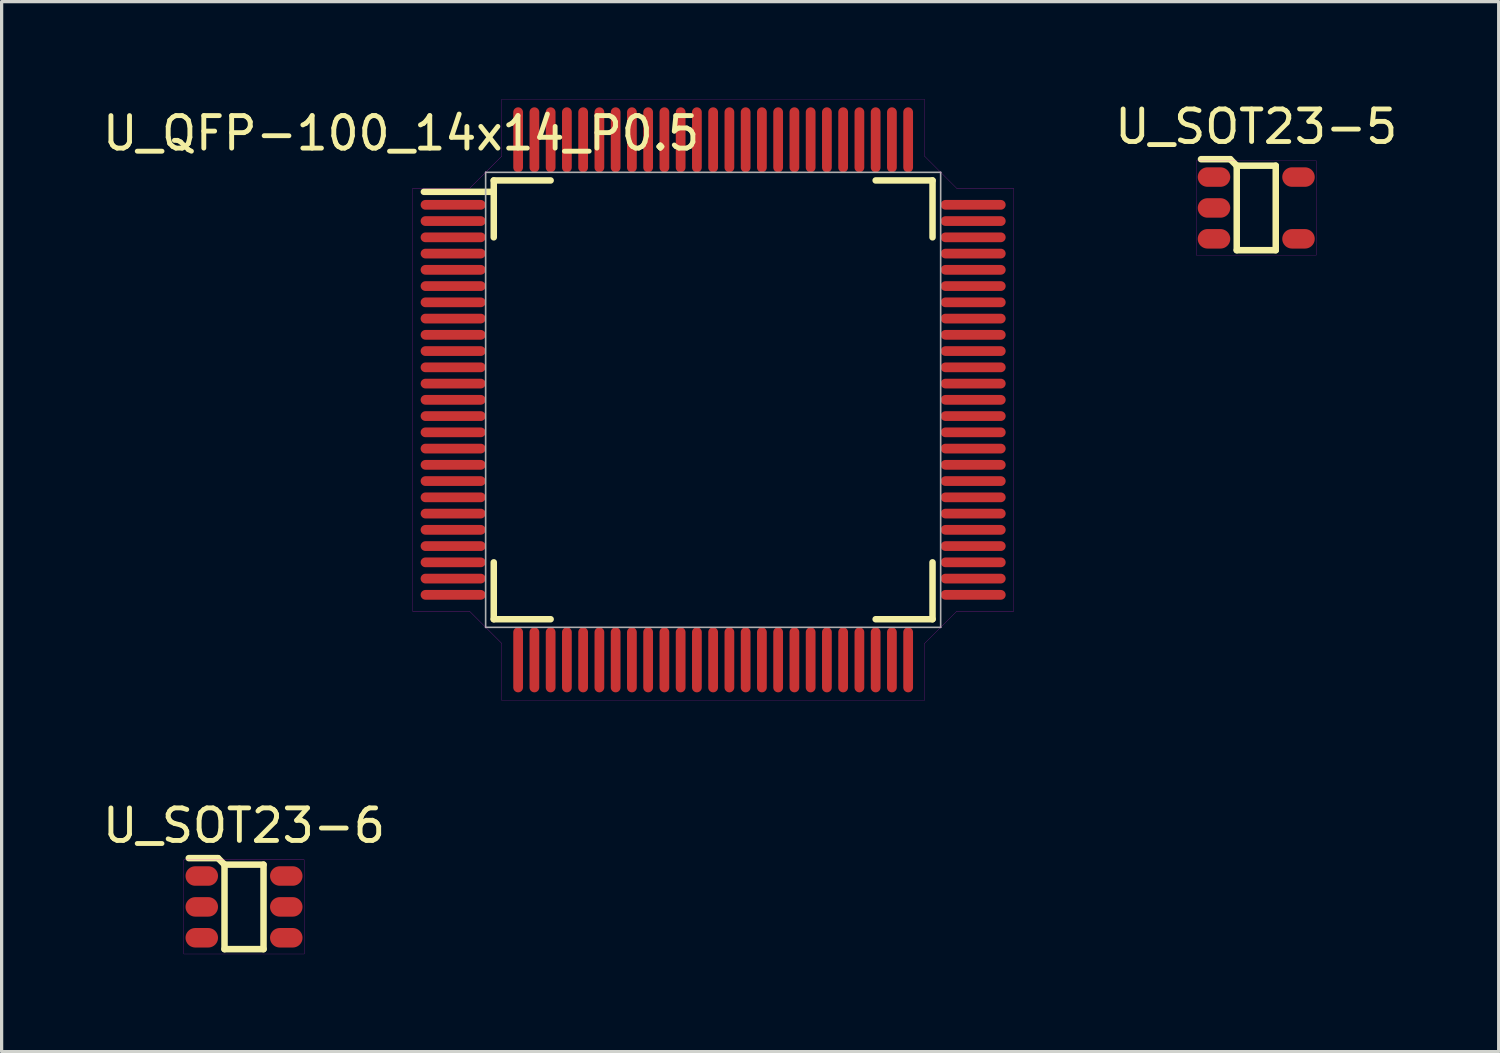
<source format=kicad_pcb>
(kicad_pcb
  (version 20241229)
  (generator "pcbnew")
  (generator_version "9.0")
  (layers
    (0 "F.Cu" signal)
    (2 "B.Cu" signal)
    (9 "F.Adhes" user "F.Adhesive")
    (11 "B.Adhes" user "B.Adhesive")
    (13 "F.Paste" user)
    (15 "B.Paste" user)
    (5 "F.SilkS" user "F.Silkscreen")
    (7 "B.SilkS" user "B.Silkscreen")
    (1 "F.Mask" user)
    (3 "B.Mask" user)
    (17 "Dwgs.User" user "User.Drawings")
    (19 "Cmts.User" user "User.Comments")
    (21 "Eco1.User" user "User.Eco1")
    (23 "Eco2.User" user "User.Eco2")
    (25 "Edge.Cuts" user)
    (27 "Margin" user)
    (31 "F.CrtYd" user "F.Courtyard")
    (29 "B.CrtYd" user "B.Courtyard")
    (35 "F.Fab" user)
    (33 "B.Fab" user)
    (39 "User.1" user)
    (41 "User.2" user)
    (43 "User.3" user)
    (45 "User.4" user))
  (footprint "U_SOT23-6"
    (layer "F.Cu")
    (at 4.458 24.853)
    (property "Reference" "U_SOT23-6" (at 0 -2.5 0) (layer "F.SilkS") (effects (font (size 1 1) (thickness 0.15))))
    (attr smd)
    (fp_line (start -0.8 -1.5) (end -1.7 -1.5) (stroke (width 0.2) (type solid)) (layer "F.SilkS"))
    (fp_line (start -0.6 -1.3) (end -0.8 -1.5) (stroke (width 0.2) (type solid)) (layer "F.SilkS"))
    (fp_line (start -0.6 -1.3) (end -0.6 1.3) (stroke (width 0.2) (type solid)) (layer "F.SilkS"))
    (fp_line (start 0.6 -1.3) (end -0.6 -1.3) (stroke (width 0.2) (type solid)) (layer "F.SilkS"))
    (fp_line (start 0.6 -1.3) (end 0.6 1.3) (stroke (width 0.2) (type solid)) (layer "F.SilkS"))
    (fp_line (start 0.6 1.3) (end -0.6 1.3) (stroke (width 0.2) (type solid)) (layer "F.SilkS"))
    (fp_rect (start 1.85 -1.45) (end -1.85 1.45) (stroke (width 0.005) (type solid)) (fill no) (layer "F.CrtYd"))
    (pad "1" smd oval (at -1.3 -0.95) (size 1 0.6) (layers "F.Cu" "F.Mask" "F.Paste"))
    (pad "2" smd oval (at -1.3 0) (size 1 0.6) (layers "F.Cu" "F.Mask" "F.Paste"))
    (pad "3" smd oval (at -1.3 0.95) (size 1 0.6) (layers "F.Cu" "F.Mask" "F.Paste"))
    (pad "4" smd oval (at 1.3 0.95) (size 1 0.6) (layers "F.Cu" "F.Mask" "F.Paste"))
    (pad "5" smd oval (at 1.3 0) (size 1 0.6) (layers "F.Cu" "F.Mask" "F.Paste"))
    (pad "6" smd oval (at 1.3 -0.95) (size 1 0.6) (layers "F.Cu" "F.Mask" "F.Paste")))
  (footprint "U_QFP-100_14x14_P0.5"
    (layer "F.Cu")
    (at 18.892 9.252)
    (property "Reference" "U_QFP-100_14x14_P0.5" (at -9.6 -8.2 0) (layer "F.SilkS") (effects (font (size 1 1) (thickness 0.15))))
    (attr through_hole)
    (fp_line (start -6.75 -6.75) (end -6.75 -5) (stroke (width 0.2) (type solid)) (layer "F.SilkS"))
    (fp_line (start -6.75 -6.4) (end -8.9 -6.4) (stroke (width 0.2) (type solid)) (layer "F.SilkS"))
    (fp_line (start -6.75 5) (end -6.75 6.75) (stroke (width 0.2) (type solid)) (layer "F.SilkS"))
    (fp_line (start -6.75 6.75) (end -5 6.75) (stroke (width 0.2) (type solid)) (layer "F.SilkS"))
    (fp_line (start -5 -6.75) (end -6.75 -6.75) (stroke (width 0.2) (type solid)) (layer "F.SilkS"))
    (fp_line (start 5 6.75) (end 6.75 6.75) (stroke (width 0.2) (type solid)) (layer "F.SilkS"))
    (fp_line (start 6.75 -6.75) (end 5 -6.75) (stroke (width 0.2) (type solid)) (layer "F.SilkS"))
    (fp_line (start 6.75 -5) (end 6.75 -6.75) (stroke (width 0.2) (type solid)) (layer "F.SilkS"))
    (fp_line (start 6.75 6.75) (end 6.75 5) (stroke (width 0.2) (type solid)) (layer "F.SilkS"))
    (fp_line (start -9.25 -6.5) (end -7.5 -6.5) (stroke (width 0.005) (type solid)) (layer "F.CrtYd"))
    (fp_line (start -9.25 6.5) (end -9.25 -6.5) (stroke (width 0.005) (type solid)) (layer "F.CrtYd"))
    (fp_line (start -9.25 6.5) (end -7.5 6.5) (stroke (width 0.005) (type solid)) (layer "F.CrtYd"))
    (fp_line (start -7.5 -6.5) (end -6.5 -7.5) (stroke (width 0.005) (type solid)) (layer "F.CrtYd"))
    (fp_line (start -6.5 -9.25) (end -6.5 -7.5) (stroke (width 0.005) (type solid)) (layer "F.CrtYd"))
    (fp_line (start -6.5 -9.25) (end 6.5 -9.25) (stroke (width 0.005) (type solid)) (layer "F.CrtYd"))
    (fp_line (start -6.5 7.5) (end -7.5 6.5) (stroke (width 0.005) (type solid)) (layer "F.CrtYd"))
    (fp_line (start -6.5 9.25) (end -6.5 7.5) (stroke (width 0.005) (type solid)) (layer "F.CrtYd"))
    (fp_line (start 6.5 -9.25) (end 6.5 -7.5) (stroke (width 0.005) (type solid)) (layer "F.CrtYd"))
    (fp_line (start 6.5 -7.5) (end 7.5 -6.5) (stroke (width 0.005) (type solid)) (layer "F.CrtYd"))
    (fp_line (start 6.5 9.25) (end -6.5 9.25) (stroke (width 0.005) (type solid)) (layer "F.CrtYd"))
    (fp_line (start 6.5 9.25) (end 6.5 7.5) (stroke (width 0.005) (type solid)) (layer "F.CrtYd"))
    (fp_line (start 7.5 6.5) (end 6.5 7.5) (stroke (width 0.005) (type solid)) (layer "F.CrtYd"))
    (fp_line (start 9.25 -6.5) (end 7.5 -6.5) (stroke (width 0.005) (type solid)) (layer "F.CrtYd"))
    (fp_line (start 9.25 -6.5) (end 9.25 6.5) (stroke (width 0.005) (type solid)) (layer "F.CrtYd"))
    (fp_line (start 9.25 6.5) (end 7.5 6.5) (stroke (width 0.005) (type solid)) (layer "F.CrtYd"))
    (fp_line (start -7 -7) (end -7 7) (stroke (width 0.05) (type solid)) (layer "F.Fab"))
    (fp_line (start -7 7) (end 7 7) (stroke (width 0.05) (type solid)) (layer "F.Fab"))
    (fp_line (start 7 -7) (end -7 -7) (stroke (width 0.05) (type solid)) (layer "F.Fab"))
    (fp_line (start 7 7) (end 7 -7) (stroke (width 0.05) (type solid)) (layer "F.Fab"))
    (pad "1" smd oval (at -8 -6 90) (size 0.3 2) (layers "F.Cu" "F.Mask" "F.Paste"))
    (pad "2" smd oval (at -8 -5.5 90) (size 0.3 2) (layers "F.Cu" "F.Mask" "F.Paste"))
    (pad "3" smd oval (at -8 -5 90) (size 0.3 2) (layers "F.Cu" "F.Mask" "F.Paste"))
    (pad "4" smd oval (at -8 -4.5 90) (size 0.3 2) (layers "F.Cu" "F.Mask" "F.Paste"))
    (pad "5" smd oval (at -8 -4 90) (size 0.3 2) (layers "F.Cu" "F.Mask" "F.Paste"))
    (pad "6" smd oval (at -8 -3.5 90) (size 0.3 2) (layers "F.Cu" "F.Mask" "F.Paste"))
    (pad "7" smd oval (at -8 -3 90) (size 0.3 2) (layers "F.Cu" "F.Mask" "F.Paste"))
    (pad "8" smd oval (at -8 -2.5 90) (size 0.3 2) (layers "F.Cu" "F.Mask" "F.Paste"))
    (pad "9" smd oval (at -8 -2 90) (size 0.3 2) (layers "F.Cu" "F.Mask" "F.Paste"))
    (pad "10" smd oval (at -8 -1.5 90) (size 0.3 2) (layers "F.Cu" "F.Mask" "F.Paste"))
    (pad "11" smd oval (at -8 -1 90) (size 0.3 2) (layers "F.Cu" "F.Mask" "F.Paste"))
    (pad "12" smd oval (at -8 -0.5 90) (size 0.3 2) (layers "F.Cu" "F.Mask" "F.Paste"))
    (pad "13" smd oval (at -8 0 90) (size 0.3 2) (layers "F.Cu" "F.Mask" "F.Paste"))
    (pad "14" smd oval (at -8 0.5 90) (size 0.3 2) (layers "F.Cu" "F.Mask" "F.Paste"))
    (pad "15" smd oval (at -8 1 90) (size 0.3 2) (layers "F.Cu" "F.Mask" "F.Paste"))
    (pad "16" smd oval (at -8 1.5 90) (size 0.3 2) (layers "F.Cu" "F.Mask" "F.Paste"))
    (pad "17" smd oval (at -8 2 90) (size 0.3 2) (layers "F.Cu" "F.Mask" "F.Paste"))
    (pad "18" smd oval (at -8 2.5 90) (size 0.3 2) (layers "F.Cu" "F.Mask" "F.Paste"))
    (pad "19" smd oval (at -8 3 90) (size 0.3 2) (layers "F.Cu" "F.Mask" "F.Paste"))
    (pad "20" smd oval (at -8 3.5 90) (size 0.3 2) (layers "F.Cu" "F.Mask" "F.Paste"))
    (pad "21" smd oval (at -8 4 90) (size 0.3 2) (layers "F.Cu" "F.Mask" "F.Paste"))
    (pad "22" smd oval (at -8 4.5 90) (size 0.3 2) (layers "F.Cu" "F.Mask" "F.Paste"))
    (pad "23" smd oval (at -8 5 90) (size 0.3 2) (layers "F.Cu" "F.Mask" "F.Paste"))
    (pad "24" smd oval (at -8 5.5 90) (size 0.3 2) (layers "F.Cu" "F.Mask" "F.Paste"))
    (pad "25" smd oval (at -8 6 90) (size 0.3 2) (layers "F.Cu" "F.Mask" "F.Paste"))
    (pad "26" smd oval (at -6 8) (size 0.3 2) (layers "F.Cu" "F.Mask" "F.Paste"))
    (pad "27" smd oval (at -5.5 8) (size 0.3 2) (layers "F.Cu" "F.Mask" "F.Paste"))
    (pad "28" smd oval (at -5 8) (size 0.3 2) (layers "F.Cu" "F.Mask" "F.Paste"))
    (pad "29" smd oval (at -4.5 8) (size 0.3 2) (layers "F.Cu" "F.Mask" "F.Paste"))
    (pad "30" smd oval (at -4 8) (size 0.3 2) (layers "F.Cu" "F.Mask" "F.Paste"))
    (pad "31" smd oval (at -3.5 8) (size 0.3 2) (layers "F.Cu" "F.Mask" "F.Paste"))
    (pad "32" smd oval (at -3 8) (size 0.3 2) (layers "F.Cu" "F.Mask" "F.Paste"))
    (pad "33" smd oval (at -2.5 8) (size 0.3 2) (layers "F.Cu" "F.Mask" "F.Paste"))
    (pad "34" smd oval (at -2 8) (size 0.3 2) (layers "F.Cu" "F.Mask" "F.Paste"))
    (pad "35" smd oval (at -1.5 8) (size 0.3 2) (layers "F.Cu" "F.Mask" "F.Paste"))
    (pad "36" smd oval (at -1 8) (size 0.3 2) (layers "F.Cu" "F.Mask" "F.Paste"))
    (pad "37" smd oval (at -0.5 8) (size 0.3 2) (layers "F.Cu" "F.Mask" "F.Paste"))
    (pad "38" smd oval (at 0 8) (size 0.3 2) (layers "F.Cu" "F.Mask" "F.Paste"))
    (pad "39" smd oval (at 0.5 8) (size 0.3 2) (layers "F.Cu" "F.Mask" "F.Paste"))
    (pad "40" smd oval (at 1 8) (size 0.3 2) (layers "F.Cu" "F.Mask" "F.Paste"))
    (pad "41" smd oval (at 1.5 8) (size 0.3 2) (layers "F.Cu" "F.Mask" "F.Paste"))
    (pad "42" smd oval (at 2 8) (size 0.3 2) (layers "F.Cu" "F.Mask" "F.Paste"))
    (pad "43" smd oval (at 2.5 8) (size 0.3 2) (layers "F.Cu" "F.Mask" "F.Paste"))
    (pad "44" smd oval (at 3 8) (size 0.3 2) (layers "F.Cu" "F.Mask" "F.Paste"))
    (pad "45" smd oval (at 3.5 8) (size 0.3 2) (layers "F.Cu" "F.Mask" "F.Paste"))
    (pad "46" smd oval (at 4 8) (size 0.3 2) (layers "F.Cu" "F.Mask" "F.Paste"))
    (pad "47" smd oval (at 4.5 8) (size 0.3 2) (layers "F.Cu" "F.Mask" "F.Paste"))
    (pad "48" smd oval (at 5 8) (size 0.3 2) (layers "F.Cu" "F.Mask" "F.Paste"))
    (pad "49" smd oval (at 5.5 8) (size 0.3 2) (layers "F.Cu" "F.Mask" "F.Paste"))
    (pad "50" smd oval (at 6 8) (size 0.3 2) (layers "F.Cu" "F.Mask" "F.Paste"))
    (pad "51" smd oval (at 8 6 90) (size 0.3 2) (layers "F.Cu" "F.Mask" "F.Paste"))
    (pad "52" smd oval (at 8 5.5 90) (size 0.3 2) (layers "F.Cu" "F.Mask" "F.Paste"))
    (pad "53" smd oval (at 8 5 90) (size 0.3 2) (layers "F.Cu" "F.Mask" "F.Paste"))
    (pad "54" smd oval (at 8 4.5 90) (size 0.3 2) (layers "F.Cu" "F.Mask" "F.Paste"))
    (pad "55" smd oval (at 8 4 90) (size 0.3 2) (layers "F.Cu" "F.Mask" "F.Paste"))
    (pad "56" smd oval (at 8 3.5 90) (size 0.3 2) (layers "F.Cu" "F.Mask" "F.Paste"))
    (pad "57" smd oval (at 8 3 90) (size 0.3 2) (layers "F.Cu" "F.Mask" "F.Paste"))
    (pad "58" smd oval (at 8 2.5 90) (size 0.3 2) (layers "F.Cu" "F.Mask" "F.Paste"))
    (pad "59" smd oval (at 8 2 90) (size 0.3 2) (layers "F.Cu" "F.Mask" "F.Paste"))
    (pad "60" smd oval (at 8 1.5 90) (size 0.3 2) (layers "F.Cu" "F.Mask" "F.Paste"))
    (pad "61" smd oval (at 8 1 90) (size 0.3 2) (layers "F.Cu" "F.Mask" "F.Paste"))
    (pad "62" smd oval (at 8 0.5 90) (size 0.3 2) (layers "F.Cu" "F.Mask" "F.Paste"))
    (pad "63" smd oval (at 8 0 90) (size 0.3 2) (layers "F.Cu" "F.Mask" "F.Paste"))
    (pad "64" smd oval (at 8 -0.5 90) (size 0.3 2) (layers "F.Cu" "F.Mask" "F.Paste"))
    (pad "65" smd oval (at 8 -1 90) (size 0.3 2) (layers "F.Cu" "F.Mask" "F.Paste"))
    (pad "66" smd oval (at 8 -1.5 90) (size 0.3 2) (layers "F.Cu" "F.Mask" "F.Paste"))
    (pad "67" smd oval (at 8 -2 90) (size 0.3 2) (layers "F.Cu" "F.Mask" "F.Paste"))
    (pad "68" smd oval (at 8 -2.5 90) (size 0.3 2) (layers "F.Cu" "F.Mask" "F.Paste"))
    (pad "69" smd oval (at 8 -3 90) (size 0.3 2) (layers "F.Cu" "F.Mask" "F.Paste"))
    (pad "70" smd oval (at 8 -3.5 90) (size 0.3 2) (layers "F.Cu" "F.Mask" "F.Paste"))
    (pad "71" smd oval (at 8 -4 90) (size 0.3 2) (layers "F.Cu" "F.Mask" "F.Paste"))
    (pad "72" smd oval (at 8 -4.5 90) (size 0.3 2) (layers "F.Cu" "F.Mask" "F.Paste"))
    (pad "73" smd oval (at 8 -5 90) (size 0.3 2) (layers "F.Cu" "F.Mask" "F.Paste"))
    (pad "74" smd oval (at 8 -5.5 90) (size 0.3 2) (layers "F.Cu" "F.Mask" "F.Paste"))
    (pad "75" smd oval (at 8 -6 90) (size 0.3 2) (layers "F.Cu" "F.Mask" "F.Paste"))
    (pad "76" smd oval (at 6 -8) (size 0.3 2) (layers "F.Cu" "F.Mask" "F.Paste"))
    (pad "77" smd oval (at 5.5 -8) (size 0.3 2) (layers "F.Cu" "F.Mask" "F.Paste"))
    (pad "78" smd oval (at 5 -8) (size 0.3 2) (layers "F.Cu" "F.Mask" "F.Paste"))
    (pad "79" smd oval (at 4.5 -8) (size 0.3 2) (layers "F.Cu" "F.Mask" "F.Paste"))
    (pad "80" smd oval (at 4 -8) (size 0.3 2) (layers "F.Cu" "F.Mask" "F.Paste"))
    (pad "81" smd oval (at 3.5 -8) (size 0.3 2) (layers "F.Cu" "F.Mask" "F.Paste"))
    (pad "82" smd oval (at 3 -8) (size 0.3 2) (layers "F.Cu" "F.Mask" "F.Paste"))
    (pad "83" smd oval (at 2.5 -8) (size 0.3 2) (layers "F.Cu" "F.Mask" "F.Paste"))
    (pad "84" smd oval (at 2 -8) (size 0.3 2) (layers "F.Cu" "F.Mask" "F.Paste"))
    (pad "85" smd oval (at 1.5 -8) (size 0.3 2) (layers "F.Cu" "F.Mask" "F.Paste"))
    (pad "86" smd oval (at 1 -8) (size 0.3 2) (layers "F.Cu" "F.Mask" "F.Paste"))
    (pad "87" smd oval (at 0.5 -8) (size 0.3 2) (layers "F.Cu" "F.Mask" "F.Paste"))
    (pad "88" smd oval (at 0 -8) (size 0.3 2) (layers "F.Cu" "F.Mask" "F.Paste"))
    (pad "89" smd oval (at -0.5 -8) (size 0.3 2) (layers "F.Cu" "F.Mask" "F.Paste"))
    (pad "90" smd oval (at -1 -8) (size 0.3 2) (layers "F.Cu" "F.Mask" "F.Paste"))
    (pad "91" smd oval (at -1.5 -8) (size 0.3 2) (layers "F.Cu" "F.Mask" "F.Paste"))
    (pad "92" smd oval (at -2 -8) (size 0.3 2) (layers "F.Cu" "F.Mask" "F.Paste"))
    (pad "93" smd oval (at -2.5 -8) (size 0.3 2) (layers "F.Cu" "F.Mask" "F.Paste"))
    (pad "94" smd oval (at -3 -8) (size 0.3 2) (layers "F.Cu" "F.Mask" "F.Paste"))
    (pad "95" smd oval (at -3.5 -8) (size 0.3 2) (layers "F.Cu" "F.Mask" "F.Paste"))
    (pad "96" smd oval (at -4 -8) (size 0.3 2) (layers "F.Cu" "F.Mask" "F.Paste"))
    (pad "97" smd oval (at -4.5 -8) (size 0.3 2) (layers "F.Cu" "F.Mask" "F.Paste"))
    (pad "98" smd oval (at -5 -8) (size 0.3 2) (layers "F.Cu" "F.Mask" "F.Paste"))
    (pad "99" smd oval (at -5.5 -8) (size 0.3 2) (layers "F.Cu" "F.Mask" "F.Paste"))
    (pad "100" smd oval (at -6 -8) (size 0.3 2) (layers "F.Cu" "F.Mask" "F.Paste")))
  (footprint "U_SOT23-5"
    (layer "F.Cu")
    (at 35.602 3.348)
    (property "Reference" "U_SOT23-5" (at 0 -2.5 0) (layer "F.SilkS") (effects (font (size 1 1) (thickness 0.15))))
    (attr smd)
    (fp_line (start -0.8 -1.5) (end -1.7 -1.5) (stroke (width 0.2) (type solid)) (layer "F.SilkS"))
    (fp_line (start -0.6 -1.3) (end -0.8 -1.5) (stroke (width 0.2) (type solid)) (layer "F.SilkS"))
    (fp_line (start -0.6 -1.3) (end -0.6 1.3) (stroke (width 0.2) (type solid)) (layer "F.SilkS"))
    (fp_line (start 0.6 -1.3) (end -0.6 -1.3) (stroke (width 0.2) (type solid)) (layer "F.SilkS"))
    (fp_line (start 0.6 -1.3) (end 0.6 1.3) (stroke (width 0.2) (type solid)) (layer "F.SilkS"))
    (fp_line (start 0.6 1.3) (end -0.6 1.3) (stroke (width 0.2) (type solid)) (layer "F.SilkS"))
    (fp_rect (start 1.85 -1.45) (end -1.85 1.45) (stroke (width 0.005) (type solid)) (fill no) (layer "F.CrtYd"))
    (pad "1" smd oval (at -1.3 -0.95) (size 1 0.6) (layers "F.Cu" "F.Mask" "F.Paste"))
    (pad "2" smd oval (at -1.3 0) (size 1 0.6) (layers "F.Cu" "F.Mask" "F.Paste"))
    (pad "3" smd oval (at -1.3 0.95) (size 1 0.6) (layers "F.Cu" "F.Mask" "F.Paste"))
    (pad "4" smd oval (at 1.3 0.95) (size 1 0.6) (layers "F.Cu" "F.Mask" "F.Paste"))
    (pad "5" smd oval (at 1.3 -0.95) (size 1 0.6) (layers "F.Cu" "F.Mask" "F.Paste")))
  (gr_rect
    (start -3 -3)
    (end 43.061 29.306)
    (stroke (width 0.1) (type default))
    (fill no)
    (layer "Edge.Cuts")))
</source>
